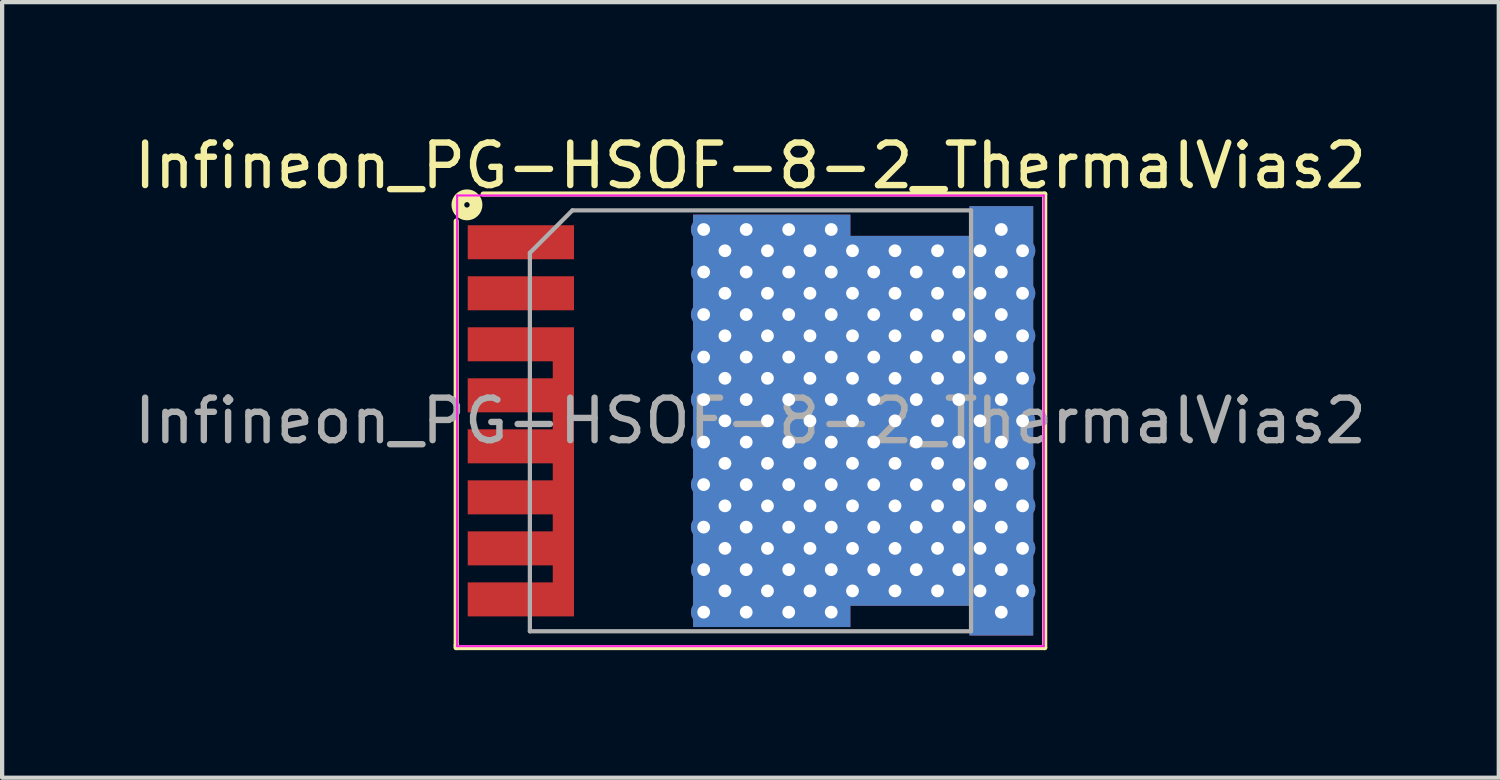
<source format=kicad_pcb>
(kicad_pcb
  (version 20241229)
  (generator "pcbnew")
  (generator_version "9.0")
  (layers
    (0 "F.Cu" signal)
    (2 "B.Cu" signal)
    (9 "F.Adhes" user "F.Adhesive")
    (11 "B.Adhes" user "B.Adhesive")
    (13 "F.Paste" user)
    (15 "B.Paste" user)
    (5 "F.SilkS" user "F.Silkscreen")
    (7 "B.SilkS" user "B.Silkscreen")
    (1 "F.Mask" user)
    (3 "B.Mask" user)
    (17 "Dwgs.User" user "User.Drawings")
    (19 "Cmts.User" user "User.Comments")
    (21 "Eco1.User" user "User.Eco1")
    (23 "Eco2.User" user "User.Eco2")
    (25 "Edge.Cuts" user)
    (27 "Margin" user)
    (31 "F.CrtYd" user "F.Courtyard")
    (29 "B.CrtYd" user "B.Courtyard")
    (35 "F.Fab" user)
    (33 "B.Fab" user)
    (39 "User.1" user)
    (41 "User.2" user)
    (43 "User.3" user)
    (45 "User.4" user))
  (footprint "Infineon_PG-HSOF-8-2_ThermalVias2"
    (layer "F.Cu")
    (at 14.601 6.848)
    (property "Reference" "Infineon_PG-HSOF-8-2_ThermalVias2" (at 0 -6 0) (layer "F.SilkS") (effects (font (size 1 1) (thickness 0.15))))
    (attr smd)
    (fp_line (start -6.921 -4.699) (end -6.921 5.271) (stroke (width 0.12) (type solid)) (layer "F.SilkS"))
    (fp_line (start -6.921 5.271) (end -6.921 5.334) (stroke (width 0.12) (type solid)) (layer "F.SilkS"))
    (fp_line (start -6.921 5.334) (end 6.921 5.334) (stroke (width 0.12) (type solid)) (layer "F.SilkS"))
    (fp_line (start 6.921 -5.334) (end -6.287 -5.334) (stroke (width 0.12) (type solid)) (layer "F.SilkS"))
    (fp_line (start 6.921 5.334) (end 6.921 -5.334) (stroke (width 0.12) (type solid)) (layer "F.SilkS"))
    (fp_circle (center -6.668 -5.08) (end -6.604 -5.08) (stroke (width 0.3) (type solid)) (fill no) (layer "F.SilkS"))
    (fp_line (start -6.9 5.3) (end -6.9 -5.3) (stroke (width 0.05) (type solid)) (layer "F.CrtYd"))
    (fp_line (start -6.9 5.3) (end 6.9 5.3) (stroke (width 0.05) (type solid)) (layer "F.CrtYd"))
    (fp_line (start 6.9 -5.3) (end -6.9 -5.3) (stroke (width 0.05) (type solid)) (layer "F.CrtYd"))
    (fp_line (start 6.9 -5.3) (end 6.9 5.3) (stroke (width 0.05) (type solid)) (layer "F.CrtYd"))
    (fp_line (start -5.188 4.95) (end -5.188 -3.95) (stroke (width 0.1) (type solid)) (layer "F.Fab"))
    (fp_line (start -4.188 -4.95) (end -5.188 -3.95) (stroke (width 0.1) (type solid)) (layer "F.Fab"))
    (fp_line (start -4.188 -4.95) (end 5.188 -4.95) (stroke (width 0.1) (type solid)) (layer "F.Fab"))
    (fp_line (start 5.188 -4.95) (end 5.188 4.95) (stroke (width 0.1) (type solid)) (layer "F.Fab"))
    (fp_line (start 5.188 4.95) (end -5.188 4.95) (stroke (width 0.1) (type solid)) (layer "F.Fab"))
    (fp_text user "${REFERENCE}" (at 0 0 0) (layer "F.Fab") (effects (font (size 1 1) (thickness 0.15))))
    (pad "" smd rect (at -5.4 -4.2) (size 2.35 0.7) (layers "F.Paste"))
    (pad "" smd rect (at -5.4 -3) (size 2.35 0.7) (layers "F.Paste"))
    (pad "" smd rect (at -5.4 -1.8) (size 2.35 0.7) (layers "F.Paste"))
    (pad "" smd rect (at -5.4 -0.6) (size 2.35 0.7) (layers "F.Paste"))
    (pad "" smd rect (at -5.4 0.6) (size 2.35 0.7) (layers "F.Paste"))
    (pad "" smd rect (at -5.4 1.8) (size 2.35 0.7) (layers "F.Paste"))
    (pad "" smd rect (at -5.4 3) (size 2.35 0.7) (layers "F.Paste"))
    (pad "" smd rect (at -5.4 4.2) (size 2.35 0.7) (layers "F.Paste"))
    (pad "1" smd rect (at -5.4 -4.2) (size 2.5 0.8) (layers "F.Cu" "F.Mask"))
    (pad "2" smd rect (at -5.4 -3) (size 2.5 0.8) (layers "F.Cu" "F.Mask"))
    (pad "3" smd custom (at -4.4 1.2) (size 0.5 6.8) (layers "F.Cu" "F.Mask") (options (anchor rect)) (primitives (gr_poly (pts (xy -0.25 -2.6) (xy -2.25 -2.6) (xy -2.25 -3.4) (xy -0.25 -3.4)) (width 0) (fill yes)) (gr_poly (pts (xy -0.25 -1.4) (xy -2.25 -1.4) (xy -2.25 -2.2) (xy -0.25 -2.2)) (width 0) (fill yes)) (gr_poly (pts (xy -0.25 -0.2) (xy -2.25 -0.2) (xy -2.25 -1) (xy -0.25 -1)) (width 0) (fill yes)) (gr_poly (pts (xy -0.25 1) (xy -2.25 1) (xy -2.25 0.2) (xy -0.25 0.2)) (width 0) (fill yes)) (gr_poly (pts (xy -0.25 2.2) (xy -2.25 2.2) (xy -2.25 1.4) (xy -0.25 1.4)) (width 0) (fill yes)) (gr_poly (pts (xy -0.25 3.4) (xy -2.25 3.4) (xy -2.25 2.6) (xy -0.25 2.6)) (width 0) (fill yes))))
    (pad "4" thru_hole circle (at -1.1 -4.5) (size 0.6 0.6) (drill 0.3) (layers "*.Cu"))
    (pad "4" thru_hole circle (at -1.1 -3.5) (size 0.6 0.6) (drill 0.3) (layers "*.Cu"))
    (pad "4" thru_hole circle (at -1.1 -2.5) (size 0.6 0.6) (drill 0.3) (layers "*.Cu"))
    (pad "4" thru_hole circle (at -1.1 -1.5) (size 0.6 0.6) (drill 0.3) (layers "*.Cu"))
    (pad "4" thru_hole circle (at -1.1 -0.5) (size 0.6 0.6) (drill 0.3) (layers "*.Cu"))
    (pad "4" thru_hole circle (at -1.1 0.5) (size 0.6 0.6) (drill 0.3) (layers "*.Cu"))
    (pad "4" thru_hole circle (at -1.1 1.5) (size 0.6 0.6) (drill 0.3) (layers "*.Cu"))
    (pad "4" thru_hole circle (at -1.1 2.5) (size 0.6 0.6) (drill 0.3) (layers "*.Cu"))
    (pad "4" thru_hole circle (at -1.1 3.5) (size 0.6 0.6) (drill 0.3) (layers "*.Cu"))
    (pad "4" thru_hole circle (at -1.1 4.5) (size 0.6 0.6) (drill 0.3) (layers "*.Cu"))
    (pad "4" thru_hole circle (at -0.6 -4) (size 0.6 0.6) (drill 0.3) (layers "*.Cu"))
    (pad "4" thru_hole circle (at -0.6 -3) (size 0.6 0.6) (drill 0.3) (layers "*.Cu"))
    (pad "4" thru_hole circle (at -0.6 -2) (size 0.6 0.6) (drill 0.3) (layers "*.Cu"))
    (pad "4" thru_hole circle (at -0.6 -1) (size 0.6 0.6) (drill 0.3) (layers "*.Cu"))
    (pad "4" thru_hole circle (at -0.6 0) (size 0.6 0.6) (drill 0.3) (layers "*.Cu"))
    (pad "4" thru_hole circle (at -0.6 1) (size 0.6 0.6) (drill 0.3) (layers "*.Cu"))
    (pad "4" thru_hole circle (at -0.6 2) (size 0.6 0.6) (drill 0.3) (layers "*.Cu"))
    (pad "4" thru_hole circle (at -0.6 3) (size 0.6 0.6) (drill 0.3) (layers "*.Cu"))
    (pad "4" thru_hole circle (at -0.6 4) (size 0.6 0.6) (drill 0.3) (layers "*.Cu"))
    (pad "4" thru_hole circle (at -0.1 -4.5) (size 0.6 0.6) (drill 0.3) (layers "*.Cu"))
    (pad "4" thru_hole circle (at -0.1 -3.5) (size 0.6 0.6) (drill 0.3) (layers "*.Cu"))
    (pad "4" thru_hole circle (at -0.1 -2.5) (size 0.6 0.6) (drill 0.3) (layers "*.Cu"))
    (pad "4" thru_hole circle (at -0.1 -1.5) (size 0.6 0.6) (drill 0.3) (layers "*.Cu"))
    (pad "4" thru_hole circle (at -0.1 -0.5) (size 0.6 0.6) (drill 0.3) (layers "*.Cu"))
    (pad "4" thru_hole circle (at -0.1 0.5) (size 0.6 0.6) (drill 0.3) (layers "*.Cu"))
    (pad "4" thru_hole circle (at -0.1 1.5) (size 0.6 0.6) (drill 0.3) (layers "*.Cu"))
    (pad "4" thru_hole circle (at -0.1 2.5) (size 0.6 0.6) (drill 0.3) (layers "*.Cu"))
    (pad "4" thru_hole circle (at -0.1 3.5) (size 0.6 0.6) (drill 0.3) (layers "*.Cu"))
    (pad "4" thru_hole circle (at -0.1 4.5) (size 0.6 0.6) (drill 0.3) (layers "*.Cu"))
    (pad "4" thru_hole circle (at 0.4 -4) (size 0.6 0.6) (drill 0.3) (layers "*.Cu"))
    (pad "4" thru_hole circle (at 0.4 -3) (size 0.6 0.6) (drill 0.3) (layers "*.Cu"))
    (pad "4" thru_hole circle (at 0.4 -2) (size 0.6 0.6) (drill 0.3) (layers "*.Cu"))
    (pad "4" thru_hole circle (at 0.4 -1) (size 0.6 0.6) (drill 0.3) (layers "*.Cu"))
    (pad "4" thru_hole circle (at 0.4 0) (size 0.6 0.6) (drill 0.3) (layers "*.Cu"))
    (pad "4" thru_hole circle (at 0.4 1) (size 0.6 0.6) (drill 0.3) (layers "*.Cu"))
    (pad "4" thru_hole circle (at 0.4 2) (size 0.6 0.6) (drill 0.3) (layers "*.Cu"))
    (pad "4" thru_hole circle (at 0.4 3) (size 0.6 0.6) (drill 0.3) (layers "*.Cu"))
    (pad "4" thru_hole circle (at 0.4 4) (size 0.6 0.6) (drill 0.3) (layers "*.Cu"))
    (pad "4" thru_hole circle (at 0.9 -4.5) (size 0.6 0.6) (drill 0.3) (layers "*.Cu"))
    (pad "4" thru_hole circle (at 0.9 -3.5) (size 0.6 0.6) (drill 0.3) (layers "*.Cu"))
    (pad "4" thru_hole circle (at 0.9 -2.5) (size 0.6 0.6) (drill 0.3) (layers "*.Cu"))
    (pad "4" thru_hole circle (at 0.9 -1.5) (size 0.6 0.6) (drill 0.3) (layers "*.Cu"))
    (pad "4" thru_hole circle (at 0.9 -0.5) (size 0.6 0.6) (drill 0.3) (layers "*.Cu"))
    (pad "4" thru_hole circle (at 0.9 0.5) (size 0.6 0.6) (drill 0.3) (layers "*.Cu"))
    (pad "4" thru_hole circle (at 0.9 1.5) (size 0.6 0.6) (drill 0.3) (layers "*.Cu"))
    (pad "4" thru_hole circle (at 0.9 2.5) (size 0.6 0.6) (drill 0.3) (layers "*.Cu"))
    (pad "4" thru_hole circle (at 0.9 3.5) (size 0.6 0.6) (drill 0.3) (layers "*.Cu"))
    (pad "4" thru_hole circle (at 0.9 4.5) (size 0.6 0.6) (drill 0.3) (layers "*.Cu"))
    (pad "4" thru_hole circle (at 1.4 -4) (size 0.6 0.6) (drill 0.3) (layers "*.Cu"))
    (pad "4" thru_hole circle (at 1.4 -3) (size 0.6 0.6) (drill 0.3) (layers "*.Cu"))
    (pad "4" thru_hole circle (at 1.4 -2) (size 0.6 0.6) (drill 0.3) (layers "*.Cu"))
    (pad "4" thru_hole circle (at 1.4 -1) (size 0.6 0.6) (drill 0.3) (layers "*.Cu"))
    (pad "4" thru_hole circle (at 1.4 0) (size 0.6 0.6) (drill 0.3) (layers "*.Cu"))
    (pad "4" thru_hole circle (at 1.4 1) (size 0.6 0.6) (drill 0.3) (layers "*.Cu"))
    (pad "4" thru_hole circle (at 1.4 2) (size 0.6 0.6) (drill 0.3) (layers "*.Cu"))
    (pad "4" thru_hole circle (at 1.4 3) (size 0.6 0.6) (drill 0.3) (layers "*.Cu"))
    (pad "4" thru_hole circle (at 1.4 4) (size 0.6 0.6) (drill 0.3) (layers "*.Cu"))
    (pad "4" thru_hole circle (at 1.9 -4.5) (size 0.6 0.6) (drill 0.3) (layers "*.Cu"))
    (pad "4" thru_hole circle (at 1.9 -3.5) (size 0.6 0.6) (drill 0.3) (layers "*.Cu"))
    (pad "4" thru_hole circle (at 1.9 -2.5) (size 0.6 0.6) (drill 0.3) (layers "*.Cu"))
    (pad "4" thru_hole circle (at 1.9 -1.5) (size 0.6 0.6) (drill 0.3) (layers "*.Cu"))
    (pad "4" thru_hole circle (at 1.9 -0.5) (size 0.6 0.6) (drill 0.3) (layers "*.Cu"))
    (pad "4" thru_hole circle (at 1.9 0.5) (size 0.6 0.6) (drill 0.3) (layers "*.Cu"))
    (pad "4" thru_hole circle (at 1.9 1.5) (size 0.6 0.6) (drill 0.3) (layers "*.Cu"))
    (pad "4" thru_hole circle (at 1.9 2.5) (size 0.6 0.6) (drill 0.3) (layers "*.Cu"))
    (pad "4" thru_hole circle (at 1.9 3.5) (size 0.6 0.6) (drill 0.3) (layers "*.Cu"))
    (pad "4" thru_hole circle (at 1.9 4.5) (size 0.6 0.6) (drill 0.3) (layers "*.Cu"))
    (pad "4" thru_hole circle (at 2.4 -4) (size 0.6 0.6) (drill 0.3) (layers "*.Cu"))
    (pad "4" thru_hole circle (at 2.4 -3) (size 0.6 0.6) (drill 0.3) (layers "*.Cu"))
    (pad "4" thru_hole circle (at 2.4 -2) (size 0.6 0.6) (drill 0.3) (layers "*.Cu"))
    (pad "4" thru_hole circle (at 2.4 -1) (size 0.6 0.6) (drill 0.3) (layers "*.Cu"))
    (pad "4" thru_hole circle (at 2.4 0) (size 0.6 0.6) (drill 0.3) (layers "*.Cu"))
    (pad "4" thru_hole circle (at 2.4 1) (size 0.6 0.6) (drill 0.3) (layers "*.Cu"))
    (pad "4" thru_hole circle (at 2.4 2) (size 0.6 0.6) (drill 0.3) (layers "*.Cu"))
    (pad "4" thru_hole circle (at 2.4 3) (size 0.6 0.6) (drill 0.3) (layers "*.Cu"))
    (pad "4" thru_hole circle (at 2.4 4) (size 0.6 0.6) (drill 0.3) (layers "*.Cu"))
    (pad "4" thru_hole circle (at 2.9 -3.5) (size 0.6 0.6) (drill 0.3) (layers "*.Cu"))
    (pad "4" thru_hole circle (at 2.9 -2.5) (size 0.6 0.6) (drill 0.3) (layers "*.Cu"))
    (pad "4" thru_hole circle (at 2.9 -1.5) (size 0.6 0.6) (drill 0.3) (layers "*.Cu"))
    (pad "4" thru_hole circle (at 2.9 -0.5) (size 0.6 0.6) (drill 0.3) (layers "*.Cu"))
    (pad "4" thru_hole circle (at 2.9 0.5) (size 0.6 0.6) (drill 0.3) (layers "*.Cu"))
    (pad "4" thru_hole circle (at 2.9 1.5) (size 0.6 0.6) (drill 0.3) (layers "*.Cu"))
    (pad "4" thru_hole circle (at 2.9 2.5) (size 0.6 0.6) (drill 0.3) (layers "*.Cu"))
    (pad "4" thru_hole circle (at 2.9 3.5) (size 0.6 0.6) (drill 0.3) (layers "*.Cu"))
    (pad "4" thru_hole circle (at 3.4 -4) (size 0.6 0.6) (drill 0.3) (layers "*.Cu"))
    (pad "4" thru_hole circle (at 3.4 -3) (size 0.6 0.6) (drill 0.3) (layers "*.Cu"))
    (pad "4" thru_hole circle (at 3.4 -2) (size 0.6 0.6) (drill 0.3) (layers "*.Cu"))
    (pad "4" thru_hole circle (at 3.4 -1) (size 0.6 0.6) (drill 0.3) (layers "*.Cu"))
    (pad "4" thru_hole circle (at 3.4 0) (size 0.6 0.6) (drill 0.3) (layers "*.Cu"))
    (pad "4" thru_hole circle (at 3.4 1) (size 0.6 0.6) (drill 0.3) (layers "*.Cu"))
    (pad "4" thru_hole circle (at 3.4 2) (size 0.6 0.6) (drill 0.3) (layers "*.Cu"))
    (pad "4" thru_hole circle (at 3.4 3) (size 0.6 0.6) (drill 0.3) (layers "*.Cu"))
    (pad "4" thru_hole circle (at 3.4 4) (size 0.6 0.6) (drill 0.3) (layers "*.Cu"))
    (pad "4" smd custom (at 3.75 0) (size 2.8 8.7) (layers "F.Cu" "F.Mask" "F.Paste") (options (anchor rect)) (primitives (gr_poly (pts (xy 2.9 5.05) (xy 1.4 5.05) (xy 1.4 -5.05) (xy 2.9 -5.05)) (width 0) (fill yes)) (gr_poly (pts (xy -1.4 4.85) (xy -5.1 4.85) (xy -5.1 -4.85) (xy -1.4 -4.85)) (width 0) (fill yes))))
    (pad "4" smd custom (at 3.75 0) (size 2.8 8.7) (layers "B.Cu" "B.Mask") (options (anchor rect)) (primitives (gr_poly (pts (xy 2.9 5.05) (xy 1.4 5.05) (xy 1.4 -5.05) (xy 2.9 -5.05)) (width 0) (fill yes)) (gr_poly (pts (xy -1.4 4.85) (xy -5.1 4.85) (xy -5.1 -4.85) (xy -1.4 -4.85)) (width 0) (fill yes))))
    (pad "4" thru_hole circle (at 3.9 -3.5) (size 0.6 0.6) (drill 0.3) (layers "*.Cu"))
    (pad "4" thru_hole circle (at 3.9 -2.5) (size 0.6 0.6) (drill 0.3) (layers "*.Cu"))
    (pad "4" thru_hole circle (at 3.9 -1.5) (size 0.6 0.6) (drill 0.3) (layers "*.Cu"))
    (pad "4" thru_hole circle (at 3.9 -0.5) (size 0.6 0.6) (drill 0.3) (layers "*.Cu"))
    (pad "4" thru_hole circle (at 3.9 0.5) (size 0.6 0.6) (drill 0.3) (layers "*.Cu"))
    (pad "4" thru_hole circle (at 3.9 1.5) (size 0.6 0.6) (drill 0.3) (layers "*.Cu"))
    (pad "4" thru_hole circle (at 3.9 2.5) (size 0.6 0.6) (drill 0.3) (layers "*.Cu"))
    (pad "4" thru_hole circle (at 3.9 3.5) (size 0.6 0.6) (drill 0.3) (layers "*.Cu"))
    (pad "4" thru_hole circle (at 4.4 -4) (size 0.6 0.6) (drill 0.3) (layers "*.Cu"))
    (pad "4" thru_hole circle (at 4.4 -3) (size 0.6 0.6) (drill 0.3) (layers "*.Cu"))
    (pad "4" thru_hole circle (at 4.4 -2) (size 0.6 0.6) (drill 0.3) (layers "*.Cu"))
    (pad "4" thru_hole circle (at 4.4 -1) (size 0.6 0.6) (drill 0.3) (layers "*.Cu"))
    (pad "4" thru_hole circle (at 4.4 0) (size 0.6 0.6) (drill 0.3) (layers "*.Cu"))
    (pad "4" thru_hole circle (at 4.4 1) (size 0.6 0.6) (drill 0.3) (layers "*.Cu"))
    (pad "4" thru_hole circle (at 4.4 2) (size 0.6 0.6) (drill 0.3) (layers "*.Cu"))
    (pad "4" thru_hole circle (at 4.4 3) (size 0.6 0.6) (drill 0.3) (layers "*.Cu"))
    (pad "4" thru_hole circle (at 4.4 4) (size 0.6 0.6) (drill 0.3) (layers "*.Cu"))
    (pad "4" thru_hole circle (at 4.9 -3.5) (size 0.6 0.6) (drill 0.3) (layers "*.Cu"))
    (pad "4" thru_hole circle (at 4.9 -2.5) (size 0.6 0.6) (drill 0.3) (layers "*.Cu"))
    (pad "4" thru_hole circle (at 4.9 -1.5) (size 0.6 0.6) (drill 0.3) (layers "*.Cu"))
    (pad "4" thru_hole circle (at 4.9 -0.5) (size 0.6 0.6) (drill 0.3) (layers "*.Cu"))
    (pad "4" thru_hole circle (at 4.9 0.5) (size 0.6 0.6) (drill 0.3) (layers "*.Cu"))
    (pad "4" thru_hole circle (at 4.9 1.5) (size 0.6 0.6) (drill 0.3) (layers "*.Cu"))
    (pad "4" thru_hole circle (at 4.9 2.5) (size 0.6 0.6) (drill 0.3) (layers "*.Cu"))
    (pad "4" thru_hole circle (at 4.9 3.5) (size 0.6 0.6) (drill 0.3) (layers "*.Cu"))
    (pad "4" thru_hole circle (at 5.4 -4) (size 0.6 0.6) (drill 0.3) (layers "*.Cu"))
    (pad "4" thru_hole circle (at 5.4 -3) (size 0.6 0.6) (drill 0.3) (layers "*.Cu"))
    (pad "4" thru_hole circle (at 5.4 -2) (size 0.6 0.6) (drill 0.3) (layers "*.Cu"))
    (pad "4" thru_hole circle (at 5.4 -1) (size 0.6 0.6) (drill 0.3) (layers "*.Cu"))
    (pad "4" thru_hole circle (at 5.4 0) (size 0.6 0.6) (drill 0.3) (layers "*.Cu"))
    (pad "4" thru_hole circle (at 5.4 1) (size 0.6 0.6) (drill 0.3) (layers "*.Cu"))
    (pad "4" thru_hole circle (at 5.4 2) (size 0.6 0.6) (drill 0.3) (layers "*.Cu"))
    (pad "4" thru_hole circle (at 5.4 3) (size 0.6 0.6) (drill 0.3) (layers "*.Cu"))
    (pad "4" thru_hole circle (at 5.4 4) (size 0.6 0.6) (drill 0.3) (layers "*.Cu"))
    (pad "4" thru_hole circle (at 5.9 -4.5) (size 0.6 0.6) (drill 0.3) (layers "*.Cu"))
    (pad "4" thru_hole circle (at 5.9 -3.5) (size 0.6 0.6) (drill 0.3) (layers "*.Cu"))
    (pad "4" thru_hole circle (at 5.9 -2.5) (size 0.6 0.6) (drill 0.3) (layers "*.Cu"))
    (pad "4" thru_hole circle (at 5.9 -1.5) (size 0.6 0.6) (drill 0.3) (layers "*.Cu"))
    (pad "4" thru_hole circle (at 5.9 -0.5) (size 0.6 0.6) (drill 0.3) (layers "*.Cu"))
    (pad "4" thru_hole circle (at 5.9 0.5) (size 0.6 0.6) (drill 0.3) (layers "*.Cu"))
    (pad "4" thru_hole circle (at 5.9 1.5) (size 0.6 0.6) (drill 0.3) (layers "*.Cu"))
    (pad "4" thru_hole circle (at 5.9 2.5) (size 0.6 0.6) (drill 0.3) (layers "*.Cu"))
    (pad "4" thru_hole circle (at 5.9 3.5) (size 0.6 0.6) (drill 0.3) (layers "*.Cu"))
    (pad "4" thru_hole circle (at 5.9 4.5) (size 0.6 0.6) (drill 0.3) (layers "*.Cu"))
    (pad "4" thru_hole circle (at 6.4 -4) (size 0.6 0.6) (drill 0.3) (layers "*.Cu"))
    (pad "4" thru_hole circle (at 6.4 -3) (size 0.6 0.6) (drill 0.3) (layers "*.Cu"))
    (pad "4" thru_hole circle (at 6.4 -2) (size 0.6 0.6) (drill 0.3) (layers "*.Cu"))
    (pad "4" thru_hole circle (at 6.4 -1) (size 0.6 0.6) (drill 0.3) (layers "*.Cu"))
    (pad "4" thru_hole circle (at 6.4 0) (size 0.6 0.6) (drill 0.3) (layers "*.Cu"))
    (pad "4" thru_hole circle (at 6.4 1) (size 0.6 0.6) (drill 0.3) (layers "*.Cu"))
    (pad "4" thru_hole circle (at 6.4 2) (size 0.6 0.6) (drill 0.3) (layers "*.Cu"))
    (pad "4" thru_hole circle (at 6.4 3) (size 0.6 0.6) (drill 0.3) (layers "*.Cu"))
    (pad "4" thru_hole circle (at 6.4 4) (size 0.6 0.6) (drill 0.3) (layers "*.Cu")))
  (gr_rect
    (start -3 -3)
    (end 32.202 15.242)
    (stroke (width 0.1) (type default))
    (fill no)
    (layer "Edge.Cuts")))
</source>
